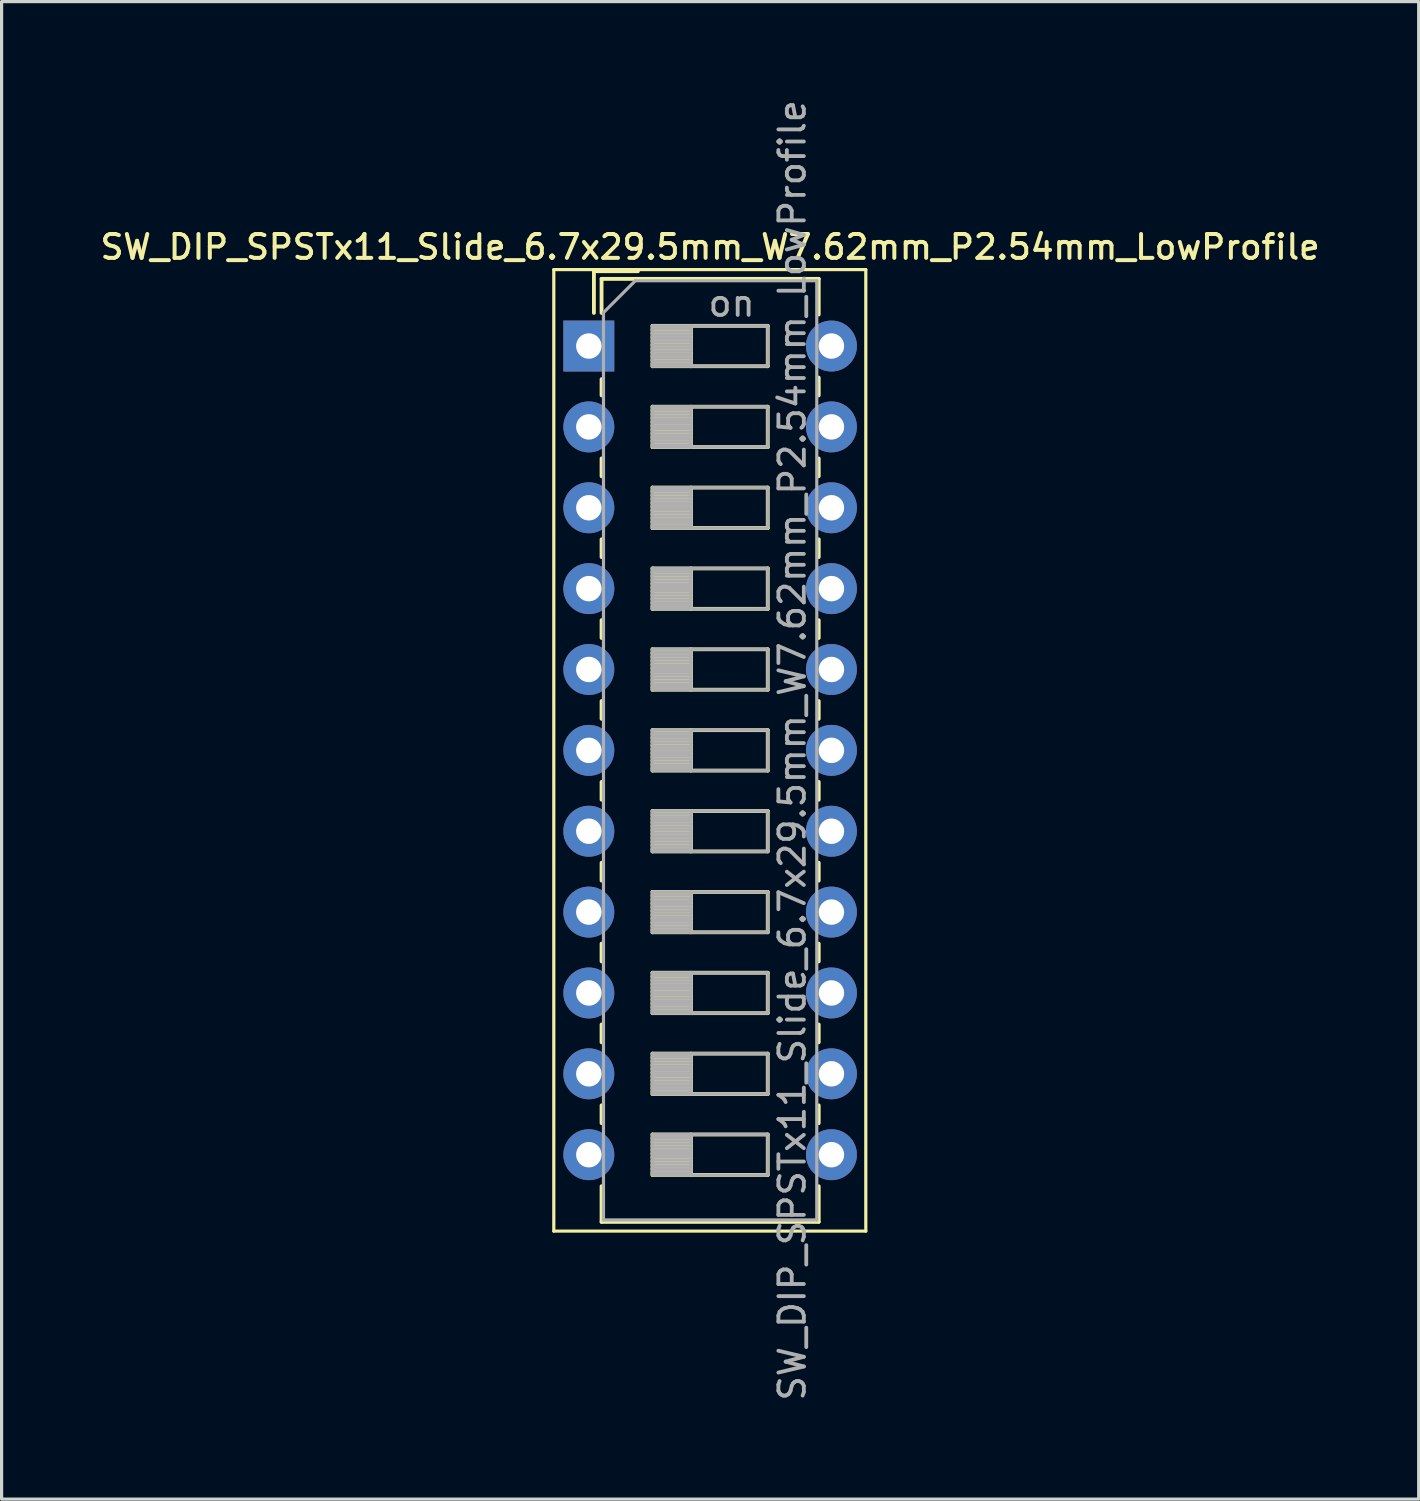
<source format=kicad_pcb>
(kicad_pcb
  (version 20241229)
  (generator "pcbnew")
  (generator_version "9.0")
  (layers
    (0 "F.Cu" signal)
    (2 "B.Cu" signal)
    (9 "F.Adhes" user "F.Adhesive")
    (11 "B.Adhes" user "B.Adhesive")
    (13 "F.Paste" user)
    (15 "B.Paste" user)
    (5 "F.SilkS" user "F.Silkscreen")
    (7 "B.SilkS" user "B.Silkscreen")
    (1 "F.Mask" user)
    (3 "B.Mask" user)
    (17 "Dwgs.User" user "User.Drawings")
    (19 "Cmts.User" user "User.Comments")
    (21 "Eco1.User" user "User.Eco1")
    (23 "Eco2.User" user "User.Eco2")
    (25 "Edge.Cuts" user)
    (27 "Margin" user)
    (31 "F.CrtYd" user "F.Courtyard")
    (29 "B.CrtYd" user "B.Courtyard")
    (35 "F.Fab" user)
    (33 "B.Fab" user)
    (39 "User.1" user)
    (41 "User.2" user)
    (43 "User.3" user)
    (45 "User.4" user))
  (footprint "SW_DIP_SPSTx11_Slide_6.7x29.5mm_W7.62mm_P2.54mm_LowProfile"
    (layer "F.Cu")
    (at 15.445 7.819)
    (property "Reference" "SW_DIP_SPSTx11_Slide_6.7x29.5mm_W7.62mm_P2.54mm_LowProfile" (at 3.81 -3.11 0) (layer "F.SilkS") (effects (font (size 0.75 0.75) (thickness 0.125))))
    (attr through_hole)
    (fp_line (start -1.1 -2.4) (end -1.1 27.8) (stroke (width 0.1) (type solid)) (layer "F.SilkS"))
    (fp_line (start -1.1 27.8) (end 8.7 27.8) (stroke (width 0.1) (type solid)) (layer "F.SilkS"))
    (fp_line (start 0.16 -2.35) (end 0.16 -1.04) (stroke (width 0.12) (type solid)) (layer "F.SilkS"))
    (fp_line (start 0.16 -2.35) (end 1.543 -2.35) (stroke (width 0.12) (type solid)) (layer "F.SilkS"))
    (fp_line (start 0.4 -2.11) (end 0.4 -1.04) (stroke (width 0.12) (type solid)) (layer "F.SilkS"))
    (fp_line (start 0.4 -2.11) (end 7.221 -2.11) (stroke (width 0.12) (type solid)) (layer "F.SilkS"))
    (fp_line (start 0.4 1.04) (end 0.4 1.551) (stroke (width 0.12) (type solid)) (layer "F.SilkS"))
    (fp_line (start 0.4 3.53) (end 0.4 4.091) (stroke (width 0.12) (type solid)) (layer "F.SilkS"))
    (fp_line (start 0.4 6.07) (end 0.4 6.631) (stroke (width 0.12) (type solid)) (layer "F.SilkS"))
    (fp_line (start 0.4 8.61) (end 0.4 9.17) (stroke (width 0.12) (type solid)) (layer "F.SilkS"))
    (fp_line (start 0.4 11.15) (end 0.4 11.71) (stroke (width 0.12) (type solid)) (layer "F.SilkS"))
    (fp_line (start 0.4 13.69) (end 0.4 14.25) (stroke (width 0.12) (type solid)) (layer "F.SilkS"))
    (fp_line (start 0.4 16.23) (end 0.4 16.79) (stroke (width 0.12) (type solid)) (layer "F.SilkS"))
    (fp_line (start 0.4 18.77) (end 0.4 19.33) (stroke (width 0.12) (type solid)) (layer "F.SilkS"))
    (fp_line (start 0.4 21.31) (end 0.4 21.87) (stroke (width 0.12) (type solid)) (layer "F.SilkS"))
    (fp_line (start 0.4 23.85) (end 0.4 24.41) (stroke (width 0.12) (type solid)) (layer "F.SilkS"))
    (fp_line (start 0.4 26.39) (end 0.4 27.51) (stroke (width 0.12) (type solid)) (layer "F.SilkS"))
    (fp_line (start 0.4 27.51) (end 7.221 27.51) (stroke (width 0.12) (type solid)) (layer "F.SilkS"))
    (fp_line (start 2 -0.635) (end 2 0.635) (stroke (width 0.12) (type solid)) (layer "F.SilkS"))
    (fp_line (start 2 -0.515) (end 3.207 -0.515) (stroke (width 0.12) (type solid)) (layer "F.SilkS"))
    (fp_line (start 2 -0.395) (end 3.207 -0.395) (stroke (width 0.12) (type solid)) (layer "F.SilkS"))
    (fp_line (start 2 -0.275) (end 3.207 -0.275) (stroke (width 0.12) (type solid)) (layer "F.SilkS"))
    (fp_line (start 2 -0.155) (end 3.207 -0.155) (stroke (width 0.12) (type solid)) (layer "F.SilkS"))
    (fp_line (start 2 -0.035) (end 3.207 -0.035) (stroke (width 0.12) (type solid)) (layer "F.SilkS"))
    (fp_line (start 2 0.085) (end 3.207 0.085) (stroke (width 0.12) (type solid)) (layer "F.SilkS"))
    (fp_line (start 2 0.205) (end 3.207 0.205) (stroke (width 0.12) (type solid)) (layer "F.SilkS"))
    (fp_line (start 2 0.325) (end 3.207 0.325) (stroke (width 0.12) (type solid)) (layer "F.SilkS"))
    (fp_line (start 2 0.445) (end 3.207 0.445) (stroke (width 0.12) (type solid)) (layer "F.SilkS"))
    (fp_line (start 2 0.565) (end 3.207 0.565) (stroke (width 0.12) (type solid)) (layer "F.SilkS"))
    (fp_line (start 2 0.635) (end 5.62 0.635) (stroke (width 0.12) (type solid)) (layer "F.SilkS"))
    (fp_line (start 2 1.905) (end 2 3.175) (stroke (width 0.12) (type solid)) (layer "F.SilkS"))
    (fp_line (start 2 2.025) (end 3.207 2.025) (stroke (width 0.12) (type solid)) (layer "F.SilkS"))
    (fp_line (start 2 2.145) (end 3.207 2.145) (stroke (width 0.12) (type solid)) (layer "F.SilkS"))
    (fp_line (start 2 2.265) (end 3.207 2.265) (stroke (width 0.12) (type solid)) (layer "F.SilkS"))
    (fp_line (start 2 2.385) (end 3.207 2.385) (stroke (width 0.12) (type solid)) (layer "F.SilkS"))
    (fp_line (start 2 2.505) (end 3.207 2.505) (stroke (width 0.12) (type solid)) (layer "F.SilkS"))
    (fp_line (start 2 2.625) (end 3.207 2.625) (stroke (width 0.12) (type solid)) (layer "F.SilkS"))
    (fp_line (start 2 2.745) (end 3.207 2.745) (stroke (width 0.12) (type solid)) (layer "F.SilkS"))
    (fp_line (start 2 2.865) (end 3.207 2.865) (stroke (width 0.12) (type solid)) (layer "F.SilkS"))
    (fp_line (start 2 2.985) (end 3.207 2.985) (stroke (width 0.12) (type solid)) (layer "F.SilkS"))
    (fp_line (start 2 3.105) (end 3.207 3.105) (stroke (width 0.12) (type solid)) (layer "F.SilkS"))
    (fp_line (start 2 3.175) (end 5.62 3.175) (stroke (width 0.12) (type solid)) (layer "F.SilkS"))
    (fp_line (start 2 4.445) (end 2 5.715) (stroke (width 0.12) (type solid)) (layer "F.SilkS"))
    (fp_line (start 2 4.565) (end 3.207 4.565) (stroke (width 0.12) (type solid)) (layer "F.SilkS"))
    (fp_line (start 2 4.685) (end 3.207 4.685) (stroke (width 0.12) (type solid)) (layer "F.SilkS"))
    (fp_line (start 2 4.805) (end 3.207 4.805) (stroke (width 0.12) (type solid)) (layer "F.SilkS"))
    (fp_line (start 2 4.925) (end 3.207 4.925) (stroke (width 0.12) (type solid)) (layer "F.SilkS"))
    (fp_line (start 2 5.045) (end 3.207 5.045) (stroke (width 0.12) (type solid)) (layer "F.SilkS"))
    (fp_line (start 2 5.165) (end 3.207 5.165) (stroke (width 0.12) (type solid)) (layer "F.SilkS"))
    (fp_line (start 2 5.285) (end 3.207 5.285) (stroke (width 0.12) (type solid)) (layer "F.SilkS"))
    (fp_line (start 2 5.405) (end 3.207 5.405) (stroke (width 0.12) (type solid)) (layer "F.SilkS"))
    (fp_line (start 2 5.525) (end 3.207 5.525) (stroke (width 0.12) (type solid)) (layer "F.SilkS"))
    (fp_line (start 2 5.645) (end 3.207 5.645) (stroke (width 0.12) (type solid)) (layer "F.SilkS"))
    (fp_line (start 2 5.715) (end 5.62 5.715) (stroke (width 0.12) (type solid)) (layer "F.SilkS"))
    (fp_line (start 2 6.985) (end 2 8.255) (stroke (width 0.12) (type solid)) (layer "F.SilkS"))
    (fp_line (start 2 7.105) (end 3.207 7.105) (stroke (width 0.12) (type solid)) (layer "F.SilkS"))
    (fp_line (start 2 7.225) (end 3.207 7.225) (stroke (width 0.12) (type solid)) (layer "F.SilkS"))
    (fp_line (start 2 7.345) (end 3.207 7.345) (stroke (width 0.12) (type solid)) (layer "F.SilkS"))
    (fp_line (start 2 7.465) (end 3.207 7.465) (stroke (width 0.12) (type solid)) (layer "F.SilkS"))
    (fp_line (start 2 7.585) (end 3.207 7.585) (stroke (width 0.12) (type solid)) (layer "F.SilkS"))
    (fp_line (start 2 7.705) (end 3.207 7.705) (stroke (width 0.12) (type solid)) (layer "F.SilkS"))
    (fp_line (start 2 7.825) (end 3.207 7.825) (stroke (width 0.12) (type solid)) (layer "F.SilkS"))
    (fp_line (start 2 7.945) (end 3.207 7.945) (stroke (width 0.12) (type solid)) (layer "F.SilkS"))
    (fp_line (start 2 8.065) (end 3.207 8.065) (stroke (width 0.12) (type solid)) (layer "F.SilkS"))
    (fp_line (start 2 8.185) (end 3.207 8.185) (stroke (width 0.12) (type solid)) (layer "F.SilkS"))
    (fp_line (start 2 8.255) (end 5.62 8.255) (stroke (width 0.12) (type solid)) (layer "F.SilkS"))
    (fp_line (start 2 9.525) (end 2 10.795) (stroke (width 0.12) (type solid)) (layer "F.SilkS"))
    (fp_line (start 2 9.645) (end 3.207 9.645) (stroke (width 0.12) (type solid)) (layer "F.SilkS"))
    (fp_line (start 2 9.765) (end 3.207 9.765) (stroke (width 0.12) (type solid)) (layer "F.SilkS"))
    (fp_line (start 2 9.885) (end 3.207 9.885) (stroke (width 0.12) (type solid)) (layer "F.SilkS"))
    (fp_line (start 2 10.005) (end 3.207 10.005) (stroke (width 0.12) (type solid)) (layer "F.SilkS"))
    (fp_line (start 2 10.125) (end 3.207 10.125) (stroke (width 0.12) (type solid)) (layer "F.SilkS"))
    (fp_line (start 2 10.245) (end 3.207 10.245) (stroke (width 0.12) (type solid)) (layer "F.SilkS"))
    (fp_line (start 2 10.365) (end 3.207 10.365) (stroke (width 0.12) (type solid)) (layer "F.SilkS"))
    (fp_line (start 2 10.485) (end 3.207 10.485) (stroke (width 0.12) (type solid)) (layer "F.SilkS"))
    (fp_line (start 2 10.605) (end 3.207 10.605) (stroke (width 0.12) (type solid)) (layer "F.SilkS"))
    (fp_line (start 2 10.725) (end 3.207 10.725) (stroke (width 0.12) (type solid)) (layer "F.SilkS"))
    (fp_line (start 2 10.795) (end 5.62 10.795) (stroke (width 0.12) (type solid)) (layer "F.SilkS"))
    (fp_line (start 2 12.065) (end 2 13.335) (stroke (width 0.12) (type solid)) (layer "F.SilkS"))
    (fp_line (start 2 12.185) (end 3.207 12.185) (stroke (width 0.12) (type solid)) (layer "F.SilkS"))
    (fp_line (start 2 12.305) (end 3.207 12.305) (stroke (width 0.12) (type solid)) (layer "F.SilkS"))
    (fp_line (start 2 12.425) (end 3.207 12.425) (stroke (width 0.12) (type solid)) (layer "F.SilkS"))
    (fp_line (start 2 12.545) (end 3.207 12.545) (stroke (width 0.12) (type solid)) (layer "F.SilkS"))
    (fp_line (start 2 12.665) (end 3.207 12.665) (stroke (width 0.12) (type solid)) (layer "F.SilkS"))
    (fp_line (start 2 12.785) (end 3.207 12.785) (stroke (width 0.12) (type solid)) (layer "F.SilkS"))
    (fp_line (start 2 12.905) (end 3.207 12.905) (stroke (width 0.12) (type solid)) (layer "F.SilkS"))
    (fp_line (start 2 13.025) (end 3.207 13.025) (stroke (width 0.12) (type solid)) (layer "F.SilkS"))
    (fp_line (start 2 13.145) (end 3.207 13.145) (stroke (width 0.12) (type solid)) (layer "F.SilkS"))
    (fp_line (start 2 13.265) (end 3.207 13.265) (stroke (width 0.12) (type solid)) (layer "F.SilkS"))
    (fp_line (start 2 13.335) (end 5.62 13.335) (stroke (width 0.12) (type solid)) (layer "F.SilkS"))
    (fp_line (start 2 14.605) (end 2 15.875) (stroke (width 0.12) (type solid)) (layer "F.SilkS"))
    (fp_line (start 2 14.725) (end 3.207 14.725) (stroke (width 0.12) (type solid)) (layer "F.SilkS"))
    (fp_line (start 2 14.845) (end 3.207 14.845) (stroke (width 0.12) (type solid)) (layer "F.SilkS"))
    (fp_line (start 2 14.965) (end 3.207 14.965) (stroke (width 0.12) (type solid)) (layer "F.SilkS"))
    (fp_line (start 2 15.085) (end 3.207 15.085) (stroke (width 0.12) (type solid)) (layer "F.SilkS"))
    (fp_line (start 2 15.205) (end 3.207 15.205) (stroke (width 0.12) (type solid)) (layer "F.SilkS"))
    (fp_line (start 2 15.325) (end 3.207 15.325) (stroke (width 0.12) (type solid)) (layer "F.SilkS"))
    (fp_line (start 2 15.445) (end 3.207 15.445) (stroke (width 0.12) (type solid)) (layer "F.SilkS"))
    (fp_line (start 2 15.565) (end 3.207 15.565) (stroke (width 0.12) (type solid)) (layer "F.SilkS"))
    (fp_line (start 2 15.685) (end 3.207 15.685) (stroke (width 0.12) (type solid)) (layer "F.SilkS"))
    (fp_line (start 2 15.805) (end 3.207 15.805) (stroke (width 0.12) (type solid)) (layer "F.SilkS"))
    (fp_line (start 2 15.875) (end 5.62 15.875) (stroke (width 0.12) (type solid)) (layer "F.SilkS"))
    (fp_line (start 2 17.145) (end 2 18.415) (stroke (width 0.12) (type solid)) (layer "F.SilkS"))
    (fp_line (start 2 17.265) (end 3.207 17.265) (stroke (width 0.12) (type solid)) (layer "F.SilkS"))
    (fp_line (start 2 17.385) (end 3.207 17.385) (stroke (width 0.12) (type solid)) (layer "F.SilkS"))
    (fp_line (start 2 17.505) (end 3.207 17.505) (stroke (width 0.12) (type solid)) (layer "F.SilkS"))
    (fp_line (start 2 17.625) (end 3.207 17.625) (stroke (width 0.12) (type solid)) (layer "F.SilkS"))
    (fp_line (start 2 17.745) (end 3.207 17.745) (stroke (width 0.12) (type solid)) (layer "F.SilkS"))
    (fp_line (start 2 17.865) (end 3.207 17.865) (stroke (width 0.12) (type solid)) (layer "F.SilkS"))
    (fp_line (start 2 17.985) (end 3.207 17.985) (stroke (width 0.12) (type solid)) (layer "F.SilkS"))
    (fp_line (start 2 18.105) (end 3.207 18.105) (stroke (width 0.12) (type solid)) (layer "F.SilkS"))
    (fp_line (start 2 18.225) (end 3.207 18.225) (stroke (width 0.12) (type solid)) (layer "F.SilkS"))
    (fp_line (start 2 18.345) (end 3.207 18.345) (stroke (width 0.12) (type solid)) (layer "F.SilkS"))
    (fp_line (start 2 18.415) (end 5.62 18.415) (stroke (width 0.12) (type solid)) (layer "F.SilkS"))
    (fp_line (start 2 19.685) (end 2 20.955) (stroke (width 0.12) (type solid)) (layer "F.SilkS"))
    (fp_line (start 2 19.805) (end 3.207 19.805) (stroke (width 0.12) (type solid)) (layer "F.SilkS"))
    (fp_line (start 2 19.925) (end 3.207 19.925) (stroke (width 0.12) (type solid)) (layer "F.SilkS"))
    (fp_line (start 2 20.045) (end 3.207 20.045) (stroke (width 0.12) (type solid)) (layer "F.SilkS"))
    (fp_line (start 2 20.165) (end 3.207 20.165) (stroke (width 0.12) (type solid)) (layer "F.SilkS"))
    (fp_line (start 2 20.285) (end 3.207 20.285) (stroke (width 0.12) (type solid)) (layer "F.SilkS"))
    (fp_line (start 2 20.405) (end 3.207 20.405) (stroke (width 0.12) (type solid)) (layer "F.SilkS"))
    (fp_line (start 2 20.525) (end 3.207 20.525) (stroke (width 0.12) (type solid)) (layer "F.SilkS"))
    (fp_line (start 2 20.645) (end 3.207 20.645) (stroke (width 0.12) (type solid)) (layer "F.SilkS"))
    (fp_line (start 2 20.765) (end 3.207 20.765) (stroke (width 0.12) (type solid)) (layer "F.SilkS"))
    (fp_line (start 2 20.885) (end 3.207 20.885) (stroke (width 0.12) (type solid)) (layer "F.SilkS"))
    (fp_line (start 2 20.955) (end 5.62 20.955) (stroke (width 0.12) (type solid)) (layer "F.SilkS"))
    (fp_line (start 2 22.225) (end 2 23.495) (stroke (width 0.12) (type solid)) (layer "F.SilkS"))
    (fp_line (start 2 22.345) (end 3.207 22.345) (stroke (width 0.12) (type solid)) (layer "F.SilkS"))
    (fp_line (start 2 22.465) (end 3.207 22.465) (stroke (width 0.12) (type solid)) (layer "F.SilkS"))
    (fp_line (start 2 22.585) (end 3.207 22.585) (stroke (width 0.12) (type solid)) (layer "F.SilkS"))
    (fp_line (start 2 22.705) (end 3.207 22.705) (stroke (width 0.12) (type solid)) (layer "F.SilkS"))
    (fp_line (start 2 22.825) (end 3.207 22.825) (stroke (width 0.12) (type solid)) (layer "F.SilkS"))
    (fp_line (start 2 22.945) (end 3.207 22.945) (stroke (width 0.12) (type solid)) (layer "F.SilkS"))
    (fp_line (start 2 23.065) (end 3.207 23.065) (stroke (width 0.12) (type solid)) (layer "F.SilkS"))
    (fp_line (start 2 23.185) (end 3.207 23.185) (stroke (width 0.12) (type solid)) (layer "F.SilkS"))
    (fp_line (start 2 23.305) (end 3.207 23.305) (stroke (width 0.12) (type solid)) (layer "F.SilkS"))
    (fp_line (start 2 23.425) (end 3.207 23.425) (stroke (width 0.12) (type solid)) (layer "F.SilkS"))
    (fp_line (start 2 23.495) (end 5.62 23.495) (stroke (width 0.12) (type solid)) (layer "F.SilkS"))
    (fp_line (start 2 24.765) (end 2 26.035) (stroke (width 0.12) (type solid)) (layer "F.SilkS"))
    (fp_line (start 2 24.885) (end 3.207 24.885) (stroke (width 0.12) (type solid)) (layer "F.SilkS"))
    (fp_line (start 2 25.005) (end 3.207 25.005) (stroke (width 0.12) (type solid)) (layer "F.SilkS"))
    (fp_line (start 2 25.125) (end 3.207 25.125) (stroke (width 0.12) (type solid)) (layer "F.SilkS"))
    (fp_line (start 2 25.245) (end 3.207 25.245) (stroke (width 0.12) (type solid)) (layer "F.SilkS"))
    (fp_line (start 2 25.365) (end 3.207 25.365) (stroke (width 0.12) (type solid)) (layer "F.SilkS"))
    (fp_line (start 2 25.485) (end 3.207 25.485) (stroke (width 0.12) (type solid)) (layer "F.SilkS"))
    (fp_line (start 2 25.605) (end 3.207 25.605) (stroke (width 0.12) (type solid)) (layer "F.SilkS"))
    (fp_line (start 2 25.725) (end 3.207 25.725) (stroke (width 0.12) (type solid)) (layer "F.SilkS"))
    (fp_line (start 2 25.845) (end 3.207 25.845) (stroke (width 0.12) (type solid)) (layer "F.SilkS"))
    (fp_line (start 2 25.965) (end 3.207 25.965) (stroke (width 0.12) (type solid)) (layer "F.SilkS"))
    (fp_line (start 2 26.035) (end 5.62 26.035) (stroke (width 0.12) (type solid)) (layer "F.SilkS"))
    (fp_line (start 3.207 -0.635) (end 3.207 0.635) (stroke (width 0.12) (type solid)) (layer "F.SilkS"))
    (fp_line (start 3.207 1.905) (end 3.207 3.175) (stroke (width 0.12) (type solid)) (layer "F.SilkS"))
    (fp_line (start 3.207 4.445) (end 3.207 5.715) (stroke (width 0.12) (type solid)) (layer "F.SilkS"))
    (fp_line (start 3.207 6.985) (end 3.207 8.255) (stroke (width 0.12) (type solid)) (layer "F.SilkS"))
    (fp_line (start 3.207 9.525) (end 3.207 10.795) (stroke (width 0.12) (type solid)) (layer "F.SilkS"))
    (fp_line (start 3.207 12.065) (end 3.207 13.335) (stroke (width 0.12) (type solid)) (layer "F.SilkS"))
    (fp_line (start 3.207 14.605) (end 3.207 15.875) (stroke (width 0.12) (type solid)) (layer "F.SilkS"))
    (fp_line (start 3.207 17.145) (end 3.207 18.415) (stroke (width 0.12) (type solid)) (layer "F.SilkS"))
    (fp_line (start 3.207 19.685) (end 3.207 20.955) (stroke (width 0.12) (type solid)) (layer "F.SilkS"))
    (fp_line (start 3.207 22.225) (end 3.207 23.495) (stroke (width 0.12) (type solid)) (layer "F.SilkS"))
    (fp_line (start 3.207 24.765) (end 3.207 26.035) (stroke (width 0.12) (type solid)) (layer "F.SilkS"))
    (fp_line (start 5.62 -0.635) (end 2 -0.635) (stroke (width 0.12) (type solid)) (layer "F.SilkS"))
    (fp_line (start 5.62 0.635) (end 5.62 -0.635) (stroke (width 0.12) (type solid)) (layer "F.SilkS"))
    (fp_line (start 5.62 1.905) (end 2 1.905) (stroke (width 0.12) (type solid)) (layer "F.SilkS"))
    (fp_line (start 5.62 3.175) (end 5.62 1.905) (stroke (width 0.12) (type solid)) (layer "F.SilkS"))
    (fp_line (start 5.62 4.445) (end 2 4.445) (stroke (width 0.12) (type solid)) (layer "F.SilkS"))
    (fp_line (start 5.62 5.715) (end 5.62 4.445) (stroke (width 0.12) (type solid)) (layer "F.SilkS"))
    (fp_line (start 5.62 6.985) (end 2 6.985) (stroke (width 0.12) (type solid)) (layer "F.SilkS"))
    (fp_line (start 5.62 8.255) (end 5.62 6.985) (stroke (width 0.12) (type solid)) (layer "F.SilkS"))
    (fp_line (start 5.62 9.525) (end 2 9.525) (stroke (width 0.12) (type solid)) (layer "F.SilkS"))
    (fp_line (start 5.62 10.795) (end 5.62 9.525) (stroke (width 0.12) (type solid)) (layer "F.SilkS"))
    (fp_line (start 5.62 12.065) (end 2 12.065) (stroke (width 0.12) (type solid)) (layer "F.SilkS"))
    (fp_line (start 5.62 13.335) (end 5.62 12.065) (stroke (width 0.12) (type solid)) (layer "F.SilkS"))
    (fp_line (start 5.62 14.605) (end 2 14.605) (stroke (width 0.12) (type solid)) (layer "F.SilkS"))
    (fp_line (start 5.62 15.875) (end 5.62 14.605) (stroke (width 0.12) (type solid)) (layer "F.SilkS"))
    (fp_line (start 5.62 17.145) (end 2 17.145) (stroke (width 0.12) (type solid)) (layer "F.SilkS"))
    (fp_line (start 5.62 18.415) (end 5.62 17.145) (stroke (width 0.12) (type solid)) (layer "F.SilkS"))
    (fp_line (start 5.62 19.685) (end 2 19.685) (stroke (width 0.12) (type solid)) (layer "F.SilkS"))
    (fp_line (start 5.62 20.955) (end 5.62 19.685) (stroke (width 0.12) (type solid)) (layer "F.SilkS"))
    (fp_line (start 5.62 22.225) (end 2 22.225) (stroke (width 0.12) (type solid)) (layer "F.SilkS"))
    (fp_line (start 5.62 23.495) (end 5.62 22.225) (stroke (width 0.12) (type solid)) (layer "F.SilkS"))
    (fp_line (start 5.62 24.765) (end 2 24.765) (stroke (width 0.12) (type solid)) (layer "F.SilkS"))
    (fp_line (start 5.62 26.035) (end 5.62 24.765) (stroke (width 0.12) (type solid)) (layer "F.SilkS"))
    (fp_line (start 7.221 -2.11) (end 7.221 -0.99) (stroke (width 0.12) (type solid)) (layer "F.SilkS"))
    (fp_line (start 7.221 0.991) (end 7.221 1.551) (stroke (width 0.12) (type solid)) (layer "F.SilkS"))
    (fp_line (start 7.221 3.531) (end 7.221 4.091) (stroke (width 0.12) (type solid)) (layer "F.SilkS"))
    (fp_line (start 7.221 6.071) (end 7.221 6.631) (stroke (width 0.12) (type solid)) (layer "F.SilkS"))
    (fp_line (start 7.221 8.611) (end 7.221 9.171) (stroke (width 0.12) (type solid)) (layer "F.SilkS"))
    (fp_line (start 7.221 11.151) (end 7.221 11.711) (stroke (width 0.12) (type solid)) (layer "F.SilkS"))
    (fp_line (start 7.221 13.691) (end 7.221 14.251) (stroke (width 0.12) (type solid)) (layer "F.SilkS"))
    (fp_line (start 7.221 16.231) (end 7.221 16.79) (stroke (width 0.12) (type solid)) (layer "F.SilkS"))
    (fp_line (start 7.221 18.771) (end 7.221 19.33) (stroke (width 0.12) (type solid)) (layer "F.SilkS"))
    (fp_line (start 7.221 21.311) (end 7.221 21.87) (stroke (width 0.12) (type solid)) (layer "F.SilkS"))
    (fp_line (start 7.221 23.85) (end 7.221 24.41) (stroke (width 0.12) (type solid)) (layer "F.SilkS"))
    (fp_line (start 7.221 26.39) (end 7.221 27.51) (stroke (width 0.12) (type solid)) (layer "F.SilkS"))
    (fp_line (start 8.7 -2.4) (end -1.1 -2.4) (stroke (width 0.1) (type solid)) (layer "F.SilkS"))
    (fp_line (start 8.7 27.8) (end 8.7 -2.4) (stroke (width 0.1) (type solid)) (layer "F.SilkS"))
    (fp_line (start 0.46 -1.05) (end 1.46 -2.05) (stroke (width 0.1) (type solid)) (layer "F.Fab"))
    (fp_line (start 0.46 27.45) (end 0.46 -1.05) (stroke (width 0.1) (type solid)) (layer "F.Fab"))
    (fp_line (start 1.46 -2.05) (end 7.16 -2.05) (stroke (width 0.1) (type solid)) (layer "F.Fab"))
    (fp_line (start 2 -0.635) (end 2 0.635) (stroke (width 0.1) (type solid)) (layer "F.Fab"))
    (fp_line (start 2 -0.535) (end 3.207 -0.535) (stroke (width 0.1) (type solid)) (layer "F.Fab"))
    (fp_line (start 2 -0.435) (end 3.207 -0.435) (stroke (width 0.1) (type solid)) (layer "F.Fab"))
    (fp_line (start 2 -0.335) (end 3.207 -0.335) (stroke (width 0.1) (type solid)) (layer "F.Fab"))
    (fp_line (start 2 -0.235) (end 3.207 -0.235) (stroke (width 0.1) (type solid)) (layer "F.Fab"))
    (fp_line (start 2 -0.135) (end 3.207 -0.135) (stroke (width 0.1) (type solid)) (layer "F.Fab"))
    (fp_line (start 2 -0.035) (end 3.207 -0.035) (stroke (width 0.1) (type solid)) (layer "F.Fab"))
    (fp_line (start 2 0.065) (end 3.207 0.065) (stroke (width 0.1) (type solid)) (layer "F.Fab"))
    (fp_line (start 2 0.165) (end 3.207 0.165) (stroke (width 0.1) (type solid)) (layer "F.Fab"))
    (fp_line (start 2 0.265) (end 3.207 0.265) (stroke (width 0.1) (type solid)) (layer "F.Fab"))
    (fp_line (start 2 0.365) (end 3.207 0.365) (stroke (width 0.1) (type solid)) (layer "F.Fab"))
    (fp_line (start 2 0.465) (end 3.207 0.465) (stroke (width 0.1) (type solid)) (layer "F.Fab"))
    (fp_line (start 2 0.565) (end 3.207 0.565) (stroke (width 0.1) (type solid)) (layer "F.Fab"))
    (fp_line (start 2 0.635) (end 5.62 0.635) (stroke (width 0.1) (type solid)) (layer "F.Fab"))
    (fp_line (start 2 1.905) (end 2 3.175) (stroke (width 0.1) (type solid)) (layer "F.Fab"))
    (fp_line (start 2 2.005) (end 3.207 2.005) (stroke (width 0.1) (type solid)) (layer "F.Fab"))
    (fp_line (start 2 2.105) (end 3.207 2.105) (stroke (width 0.1) (type solid)) (layer "F.Fab"))
    (fp_line (start 2 2.205) (end 3.207 2.205) (stroke (width 0.1) (type solid)) (layer "F.Fab"))
    (fp_line (start 2 2.305) (end 3.207 2.305) (stroke (width 0.1) (type solid)) (layer "F.Fab"))
    (fp_line (start 2 2.405) (end 3.207 2.405) (stroke (width 0.1) (type solid)) (layer "F.Fab"))
    (fp_line (start 2 2.505) (end 3.207 2.505) (stroke (width 0.1) (type solid)) (layer "F.Fab"))
    (fp_line (start 2 2.605) (end 3.207 2.605) (stroke (width 0.1) (type solid)) (layer "F.Fab"))
    (fp_line (start 2 2.705) (end 3.207 2.705) (stroke (width 0.1) (type solid)) (layer "F.Fab"))
    (fp_line (start 2 2.805) (end 3.207 2.805) (stroke (width 0.1) (type solid)) (layer "F.Fab"))
    (fp_line (start 2 2.905) (end 3.207 2.905) (stroke (width 0.1) (type solid)) (layer "F.Fab"))
    (fp_line (start 2 3.005) (end 3.207 3.005) (stroke (width 0.1) (type solid)) (layer "F.Fab"))
    (fp_line (start 2 3.105) (end 3.207 3.105) (stroke (width 0.1) (type solid)) (layer "F.Fab"))
    (fp_line (start 2 3.175) (end 5.62 3.175) (stroke (width 0.1) (type solid)) (layer "F.Fab"))
    (fp_line (start 2 4.445) (end 2 5.715) (stroke (width 0.1) (type solid)) (layer "F.Fab"))
    (fp_line (start 2 4.545) (end 3.207 4.545) (stroke (width 0.1) (type solid)) (layer "F.Fab"))
    (fp_line (start 2 4.645) (end 3.207 4.645) (stroke (width 0.1) (type solid)) (layer "F.Fab"))
    (fp_line (start 2 4.745) (end 3.207 4.745) (stroke (width 0.1) (type solid)) (layer "F.Fab"))
    (fp_line (start 2 4.845) (end 3.207 4.845) (stroke (width 0.1) (type solid)) (layer "F.Fab"))
    (fp_line (start 2 4.945) (end 3.207 4.945) (stroke (width 0.1) (type solid)) (layer "F.Fab"))
    (fp_line (start 2 5.045) (end 3.207 5.045) (stroke (width 0.1) (type solid)) (layer "F.Fab"))
    (fp_line (start 2 5.145) (end 3.207 5.145) (stroke (width 0.1) (type solid)) (layer "F.Fab"))
    (fp_line (start 2 5.245) (end 3.207 5.245) (stroke (width 0.1) (type solid)) (layer "F.Fab"))
    (fp_line (start 2 5.345) (end 3.207 5.345) (stroke (width 0.1) (type solid)) (layer "F.Fab"))
    (fp_line (start 2 5.445) (end 3.207 5.445) (stroke (width 0.1) (type solid)) (layer "F.Fab"))
    (fp_line (start 2 5.545) (end 3.207 5.545) (stroke (width 0.1) (type solid)) (layer "F.Fab"))
    (fp_line (start 2 5.645) (end 3.207 5.645) (stroke (width 0.1) (type solid)) (layer "F.Fab"))
    (fp_line (start 2 5.715) (end 5.62 5.715) (stroke (width 0.1) (type solid)) (layer "F.Fab"))
    (fp_line (start 2 6.985) (end 2 8.255) (stroke (width 0.1) (type solid)) (layer "F.Fab"))
    (fp_line (start 2 7.085) (end 3.207 7.085) (stroke (width 0.1) (type solid)) (layer "F.Fab"))
    (fp_line (start 2 7.185) (end 3.207 7.185) (stroke (width 0.1) (type solid)) (layer "F.Fab"))
    (fp_line (start 2 7.285) (end 3.207 7.285) (stroke (width 0.1) (type solid)) (layer "F.Fab"))
    (fp_line (start 2 7.385) (end 3.207 7.385) (stroke (width 0.1) (type solid)) (layer "F.Fab"))
    (fp_line (start 2 7.485) (end 3.207 7.485) (stroke (width 0.1) (type solid)) (layer "F.Fab"))
    (fp_line (start 2 7.585) (end 3.207 7.585) (stroke (width 0.1) (type solid)) (layer "F.Fab"))
    (fp_line (start 2 7.685) (end 3.207 7.685) (stroke (width 0.1) (type solid)) (layer "F.Fab"))
    (fp_line (start 2 7.785) (end 3.207 7.785) (stroke (width 0.1) (type solid)) (layer "F.Fab"))
    (fp_line (start 2 7.885) (end 3.207 7.885) (stroke (width 0.1) (type solid)) (layer "F.Fab"))
    (fp_line (start 2 7.985) (end 3.207 7.985) (stroke (width 0.1) (type solid)) (layer "F.Fab"))
    (fp_line (start 2 8.085) (end 3.207 8.085) (stroke (width 0.1) (type solid)) (layer "F.Fab"))
    (fp_line (start 2 8.185) (end 3.207 8.185) (stroke (width 0.1) (type solid)) (layer "F.Fab"))
    (fp_line (start 2 8.255) (end 5.62 8.255) (stroke (width 0.1) (type solid)) (layer "F.Fab"))
    (fp_line (start 2 9.525) (end 2 10.795) (stroke (width 0.1) (type solid)) (layer "F.Fab"))
    (fp_line (start 2 9.625) (end 3.207 9.625) (stroke (width 0.1) (type solid)) (layer "F.Fab"))
    (fp_line (start 2 9.725) (end 3.207 9.725) (stroke (width 0.1) (type solid)) (layer "F.Fab"))
    (fp_line (start 2 9.825) (end 3.207 9.825) (stroke (width 0.1) (type solid)) (layer "F.Fab"))
    (fp_line (start 2 9.925) (end 3.207 9.925) (stroke (width 0.1) (type solid)) (layer "F.Fab"))
    (fp_line (start 2 10.025) (end 3.207 10.025) (stroke (width 0.1) (type solid)) (layer "F.Fab"))
    (fp_line (start 2 10.125) (end 3.207 10.125) (stroke (width 0.1) (type solid)) (layer "F.Fab"))
    (fp_line (start 2 10.225) (end 3.207 10.225) (stroke (width 0.1) (type solid)) (layer "F.Fab"))
    (fp_line (start 2 10.325) (end 3.207 10.325) (stroke (width 0.1) (type solid)) (layer "F.Fab"))
    (fp_line (start 2 10.425) (end 3.207 10.425) (stroke (width 0.1) (type solid)) (layer "F.Fab"))
    (fp_line (start 2 10.525) (end 3.207 10.525) (stroke (width 0.1) (type solid)) (layer "F.Fab"))
    (fp_line (start 2 10.625) (end 3.207 10.625) (stroke (width 0.1) (type solid)) (layer "F.Fab"))
    (fp_line (start 2 10.725) (end 3.207 10.725) (stroke (width 0.1) (type solid)) (layer "F.Fab"))
    (fp_line (start 2 10.795) (end 5.62 10.795) (stroke (width 0.1) (type solid)) (layer "F.Fab"))
    (fp_line (start 2 12.065) (end 2 13.335) (stroke (width 0.1) (type solid)) (layer "F.Fab"))
    (fp_line (start 2 12.165) (end 3.207 12.165) (stroke (width 0.1) (type solid)) (layer "F.Fab"))
    (fp_line (start 2 12.265) (end 3.207 12.265) (stroke (width 0.1) (type solid)) (layer "F.Fab"))
    (fp_line (start 2 12.365) (end 3.207 12.365) (stroke (width 0.1) (type solid)) (layer "F.Fab"))
    (fp_line (start 2 12.465) (end 3.207 12.465) (stroke (width 0.1) (type solid)) (layer "F.Fab"))
    (fp_line (start 2 12.565) (end 3.207 12.565) (stroke (width 0.1) (type solid)) (layer "F.Fab"))
    (fp_line (start 2 12.665) (end 3.207 12.665) (stroke (width 0.1) (type solid)) (layer "F.Fab"))
    (fp_line (start 2 12.765) (end 3.207 12.765) (stroke (width 0.1) (type solid)) (layer "F.Fab"))
    (fp_line (start 2 12.865) (end 3.207 12.865) (stroke (width 0.1) (type solid)) (layer "F.Fab"))
    (fp_line (start 2 12.965) (end 3.207 12.965) (stroke (width 0.1) (type solid)) (layer "F.Fab"))
    (fp_line (start 2 13.065) (end 3.207 13.065) (stroke (width 0.1) (type solid)) (layer "F.Fab"))
    (fp_line (start 2 13.165) (end 3.207 13.165) (stroke (width 0.1) (type solid)) (layer "F.Fab"))
    (fp_line (start 2 13.265) (end 3.207 13.265) (stroke (width 0.1) (type solid)) (layer "F.Fab"))
    (fp_line (start 2 13.335) (end 5.62 13.335) (stroke (width 0.1) (type solid)) (layer "F.Fab"))
    (fp_line (start 2 14.605) (end 2 15.875) (stroke (width 0.1) (type solid)) (layer "F.Fab"))
    (fp_line (start 2 14.705) (end 3.207 14.705) (stroke (width 0.1) (type solid)) (layer "F.Fab"))
    (fp_line (start 2 14.805) (end 3.207 14.805) (stroke (width 0.1) (type solid)) (layer "F.Fab"))
    (fp_line (start 2 14.905) (end 3.207 14.905) (stroke (width 0.1) (type solid)) (layer "F.Fab"))
    (fp_line (start 2 15.005) (end 3.207 15.005) (stroke (width 0.1) (type solid)) (layer "F.Fab"))
    (fp_line (start 2 15.105) (end 3.207 15.105) (stroke (width 0.1) (type solid)) (layer "F.Fab"))
    (fp_line (start 2 15.205) (end 3.207 15.205) (stroke (width 0.1) (type solid)) (layer "F.Fab"))
    (fp_line (start 2 15.305) (end 3.207 15.305) (stroke (width 0.1) (type solid)) (layer "F.Fab"))
    (fp_line (start 2 15.405) (end 3.207 15.405) (stroke (width 0.1) (type solid)) (layer "F.Fab"))
    (fp_line (start 2 15.505) (end 3.207 15.505) (stroke (width 0.1) (type solid)) (layer "F.Fab"))
    (fp_line (start 2 15.605) (end 3.207 15.605) (stroke (width 0.1) (type solid)) (layer "F.Fab"))
    (fp_line (start 2 15.705) (end 3.207 15.705) (stroke (width 0.1) (type solid)) (layer "F.Fab"))
    (fp_line (start 2 15.805) (end 3.207 15.805) (stroke (width 0.1) (type solid)) (layer "F.Fab"))
    (fp_line (start 2 15.875) (end 5.62 15.875) (stroke (width 0.1) (type solid)) (layer "F.Fab"))
    (fp_line (start 2 17.145) (end 2 18.415) (stroke (width 0.1) (type solid)) (layer "F.Fab"))
    (fp_line (start 2 17.245) (end 3.207 17.245) (stroke (width 0.1) (type solid)) (layer "F.Fab"))
    (fp_line (start 2 17.345) (end 3.207 17.345) (stroke (width 0.1) (type solid)) (layer "F.Fab"))
    (fp_line (start 2 17.445) (end 3.207 17.445) (stroke (width 0.1) (type solid)) (layer "F.Fab"))
    (fp_line (start 2 17.545) (end 3.207 17.545) (stroke (width 0.1) (type solid)) (layer "F.Fab"))
    (fp_line (start 2 17.645) (end 3.207 17.645) (stroke (width 0.1) (type solid)) (layer "F.Fab"))
    (fp_line (start 2 17.745) (end 3.207 17.745) (stroke (width 0.1) (type solid)) (layer "F.Fab"))
    (fp_line (start 2 17.845) (end 3.207 17.845) (stroke (width 0.1) (type solid)) (layer "F.Fab"))
    (fp_line (start 2 17.945) (end 3.207 17.945) (stroke (width 0.1) (type solid)) (layer "F.Fab"))
    (fp_line (start 2 18.045) (end 3.207 18.045) (stroke (width 0.1) (type solid)) (layer "F.Fab"))
    (fp_line (start 2 18.145) (end 3.207 18.145) (stroke (width 0.1) (type solid)) (layer "F.Fab"))
    (fp_line (start 2 18.245) (end 3.207 18.245) (stroke (width 0.1) (type solid)) (layer "F.Fab"))
    (fp_line (start 2 18.345) (end 3.207 18.345) (stroke (width 0.1) (type solid)) (layer "F.Fab"))
    (fp_line (start 2 18.415) (end 5.62 18.415) (stroke (width 0.1) (type solid)) (layer "F.Fab"))
    (fp_line (start 2 19.685) (end 2 20.955) (stroke (width 0.1) (type solid)) (layer "F.Fab"))
    (fp_line (start 2 19.785) (end 3.207 19.785) (stroke (width 0.1) (type solid)) (layer "F.Fab"))
    (fp_line (start 2 19.885) (end 3.207 19.885) (stroke (width 0.1) (type solid)) (layer "F.Fab"))
    (fp_line (start 2 19.985) (end 3.207 19.985) (stroke (width 0.1) (type solid)) (layer "F.Fab"))
    (fp_line (start 2 20.085) (end 3.207 20.085) (stroke (width 0.1) (type solid)) (layer "F.Fab"))
    (fp_line (start 2 20.185) (end 3.207 20.185) (stroke (width 0.1) (type solid)) (layer "F.Fab"))
    (fp_line (start 2 20.285) (end 3.207 20.285) (stroke (width 0.1) (type solid)) (layer "F.Fab"))
    (fp_line (start 2 20.385) (end 3.207 20.385) (stroke (width 0.1) (type solid)) (layer "F.Fab"))
    (fp_line (start 2 20.485) (end 3.207 20.485) (stroke (width 0.1) (type solid)) (layer "F.Fab"))
    (fp_line (start 2 20.585) (end 3.207 20.585) (stroke (width 0.1) (type solid)) (layer "F.Fab"))
    (fp_line (start 2 20.685) (end 3.207 20.685) (stroke (width 0.1) (type solid)) (layer "F.Fab"))
    (fp_line (start 2 20.785) (end 3.207 20.785) (stroke (width 0.1) (type solid)) (layer "F.Fab"))
    (fp_line (start 2 20.885) (end 3.207 20.885) (stroke (width 0.1) (type solid)) (layer "F.Fab"))
    (fp_line (start 2 20.955) (end 5.62 20.955) (stroke (width 0.1) (type solid)) (layer "F.Fab"))
    (fp_line (start 2 22.225) (end 2 23.495) (stroke (width 0.1) (type solid)) (layer "F.Fab"))
    (fp_line (start 2 22.325) (end 3.207 22.325) (stroke (width 0.1) (type solid)) (layer "F.Fab"))
    (fp_line (start 2 22.425) (end 3.207 22.425) (stroke (width 0.1) (type solid)) (layer "F.Fab"))
    (fp_line (start 2 22.525) (end 3.207 22.525) (stroke (width 0.1) (type solid)) (layer "F.Fab"))
    (fp_line (start 2 22.625) (end 3.207 22.625) (stroke (width 0.1) (type solid)) (layer "F.Fab"))
    (fp_line (start 2 22.725) (end 3.207 22.725) (stroke (width 0.1) (type solid)) (layer "F.Fab"))
    (fp_line (start 2 22.825) (end 3.207 22.825) (stroke (width 0.1) (type solid)) (layer "F.Fab"))
    (fp_line (start 2 22.925) (end 3.207 22.925) (stroke (width 0.1) (type solid)) (layer "F.Fab"))
    (fp_line (start 2 23.025) (end 3.207 23.025) (stroke (width 0.1) (type solid)) (layer "F.Fab"))
    (fp_line (start 2 23.125) (end 3.207 23.125) (stroke (width 0.1) (type solid)) (layer "F.Fab"))
    (fp_line (start 2 23.225) (end 3.207 23.225) (stroke (width 0.1) (type solid)) (layer "F.Fab"))
    (fp_line (start 2 23.325) (end 3.207 23.325) (stroke (width 0.1) (type solid)) (layer "F.Fab"))
    (fp_line (start 2 23.425) (end 3.207 23.425) (stroke (width 0.1) (type solid)) (layer "F.Fab"))
    (fp_line (start 2 23.495) (end 5.62 23.495) (stroke (width 0.1) (type solid)) (layer "F.Fab"))
    (fp_line (start 2 24.765) (end 2 26.035) (stroke (width 0.1) (type solid)) (layer "F.Fab"))
    (fp_line (start 2 24.865) (end 3.207 24.865) (stroke (width 0.1) (type solid)) (layer "F.Fab"))
    (fp_line (start 2 24.965) (end 3.207 24.965) (stroke (width 0.1) (type solid)) (layer "F.Fab"))
    (fp_line (start 2 25.065) (end 3.207 25.065) (stroke (width 0.1) (type solid)) (layer "F.Fab"))
    (fp_line (start 2 25.165) (end 3.207 25.165) (stroke (width 0.1) (type solid)) (layer "F.Fab"))
    (fp_line (start 2 25.265) (end 3.207 25.265) (stroke (width 0.1) (type solid)) (layer "F.Fab"))
    (fp_line (start 2 25.365) (end 3.207 25.365) (stroke (width 0.1) (type solid)) (layer "F.Fab"))
    (fp_line (start 2 25.465) (end 3.207 25.465) (stroke (width 0.1) (type solid)) (layer "F.Fab"))
    (fp_line (start 2 25.565) (end 3.207 25.565) (stroke (width 0.1) (type solid)) (layer "F.Fab"))
    (fp_line (start 2 25.665) (end 3.207 25.665) (stroke (width 0.1) (type solid)) (layer "F.Fab"))
    (fp_line (start 2 25.765) (end 3.207 25.765) (stroke (width 0.1) (type solid)) (layer "F.Fab"))
    (fp_line (start 2 25.865) (end 3.207 25.865) (stroke (width 0.1) (type solid)) (layer "F.Fab"))
    (fp_line (start 2 25.965) (end 3.207 25.965) (stroke (width 0.1) (type solid)) (layer "F.Fab"))
    (fp_line (start 2 26.035) (end 5.62 26.035) (stroke (width 0.1) (type solid)) (layer "F.Fab"))
    (fp_line (start 3.207 -0.635) (end 3.207 0.635) (stroke (width 0.1) (type solid)) (layer "F.Fab"))
    (fp_line (start 3.207 1.905) (end 3.207 3.175) (stroke (width 0.1) (type solid)) (layer "F.Fab"))
    (fp_line (start 3.207 4.445) (end 3.207 5.715) (stroke (width 0.1) (type solid)) (layer "F.Fab"))
    (fp_line (start 3.207 6.985) (end 3.207 8.255) (stroke (width 0.1) (type solid)) (layer "F.Fab"))
    (fp_line (start 3.207 9.525) (end 3.207 10.795) (stroke (width 0.1) (type solid)) (layer "F.Fab"))
    (fp_line (start 3.207 12.065) (end 3.207 13.335) (stroke (width 0.1) (type solid)) (layer "F.Fab"))
    (fp_line (start 3.207 14.605) (end 3.207 15.875) (stroke (width 0.1) (type solid)) (layer "F.Fab"))
    (fp_line (start 3.207 17.145) (end 3.207 18.415) (stroke (width 0.1) (type solid)) (layer "F.Fab"))
    (fp_line (start 3.207 19.685) (end 3.207 20.955) (stroke (width 0.1) (type solid)) (layer "F.Fab"))
    (fp_line (start 3.207 22.225) (end 3.207 23.495) (stroke (width 0.1) (type solid)) (layer "F.Fab"))
    (fp_line (start 3.207 24.765) (end 3.207 26.035) (stroke (width 0.1) (type solid)) (layer "F.Fab"))
    (fp_line (start 5.62 -0.635) (end 2 -0.635) (stroke (width 0.1) (type solid)) (layer "F.Fab"))
    (fp_line (start 5.62 0.635) (end 5.62 -0.635) (stroke (width 0.1) (type solid)) (layer "F.Fab"))
    (fp_line (start 5.62 1.905) (end 2 1.905) (stroke (width 0.1) (type solid)) (layer "F.Fab"))
    (fp_line (start 5.62 3.175) (end 5.62 1.905) (stroke (width 0.1) (type solid)) (layer "F.Fab"))
    (fp_line (start 5.62 4.445) (end 2 4.445) (stroke (width 0.1) (type solid)) (layer "F.Fab"))
    (fp_line (start 5.62 5.715) (end 5.62 4.445) (stroke (width 0.1) (type solid)) (layer "F.Fab"))
    (fp_line (start 5.62 6.985) (end 2 6.985) (stroke (width 0.1) (type solid)) (layer "F.Fab"))
    (fp_line (start 5.62 8.255) (end 5.62 6.985) (stroke (width 0.1) (type solid)) (layer "F.Fab"))
    (fp_line (start 5.62 9.525) (end 2 9.525) (stroke (width 0.1) (type solid)) (layer "F.Fab"))
    (fp_line (start 5.62 10.795) (end 5.62 9.525) (stroke (width 0.1) (type solid)) (layer "F.Fab"))
    (fp_line (start 5.62 12.065) (end 2 12.065) (stroke (width 0.1) (type solid)) (layer "F.Fab"))
    (fp_line (start 5.62 13.335) (end 5.62 12.065) (stroke (width 0.1) (type solid)) (layer "F.Fab"))
    (fp_line (start 5.62 14.605) (end 2 14.605) (stroke (width 0.1) (type solid)) (layer "F.Fab"))
    (fp_line (start 5.62 15.875) (end 5.62 14.605) (stroke (width 0.1) (type solid)) (layer "F.Fab"))
    (fp_line (start 5.62 17.145) (end 2 17.145) (stroke (width 0.1) (type solid)) (layer "F.Fab"))
    (fp_line (start 5.62 18.415) (end 5.62 17.145) (stroke (width 0.1) (type solid)) (layer "F.Fab"))
    (fp_line (start 5.62 19.685) (end 2 19.685) (stroke (width 0.1) (type solid)) (layer "F.Fab"))
    (fp_line (start 5.62 20.955) (end 5.62 19.685) (stroke (width 0.1) (type solid)) (layer "F.Fab"))
    (fp_line (start 5.62 22.225) (end 2 22.225) (stroke (width 0.1) (type solid)) (layer "F.Fab"))
    (fp_line (start 5.62 23.495) (end 5.62 22.225) (stroke (width 0.1) (type solid)) (layer "F.Fab"))
    (fp_line (start 5.62 24.765) (end 2 24.765) (stroke (width 0.1) (type solid)) (layer "F.Fab"))
    (fp_line (start 5.62 26.035) (end 5.62 24.765) (stroke (width 0.1) (type solid)) (layer "F.Fab"))
    (fp_line (start 7.16 -2.05) (end 7.16 27.45) (stroke (width 0.1) (type solid)) (layer "F.Fab"))
    (fp_line (start 7.16 27.45) (end 0.46 27.45) (stroke (width 0.1) (type solid)) (layer "F.Fab"))
    (fp_text user "${REFERENCE}" (at 6.39 12.7 90) (layer "F.Fab") (effects (font (size 0.8 0.8) (thickness 0.12))))
    (fp_text user "on" (at 4.485 -1.343 0) (layer "F.Fab") (effects (font (size 0.8 0.8) (thickness 0.12))))
    (pad "1" thru_hole rect (at 0 0) (size 1.6 1.6) (drill 0.8) (layers "*.Cu" "*.Mask"))
    (pad "2" thru_hole oval (at 0 2.54) (size 1.6 1.6) (drill 0.8) (layers "*.Cu" "*.Mask"))
    (pad "3" thru_hole oval (at 0 5.08) (size 1.6 1.6) (drill 0.8) (layers "*.Cu" "*.Mask"))
    (pad "4" thru_hole oval (at 0 7.62) (size 1.6 1.6) (drill 0.8) (layers "*.Cu" "*.Mask"))
    (pad "5" thru_hole oval (at 0 10.16) (size 1.6 1.6) (drill 0.8) (layers "*.Cu" "*.Mask"))
    (pad "6" thru_hole oval (at 0 12.7) (size 1.6 1.6) (drill 0.8) (layers "*.Cu" "*.Mask"))
    (pad "7" thru_hole oval (at 0 15.24) (size 1.6 1.6) (drill 0.8) (layers "*.Cu" "*.Mask"))
    (pad "8" thru_hole oval (at 0 17.78) (size 1.6 1.6) (drill 0.8) (layers "*.Cu" "*.Mask"))
    (pad "9" thru_hole oval (at 0 20.32) (size 1.6 1.6) (drill 0.8) (layers "*.Cu" "*.Mask"))
    (pad "10" thru_hole oval (at 0 22.86) (size 1.6 1.6) (drill 0.8) (layers "*.Cu" "*.Mask"))
    (pad "11" thru_hole oval (at 0 25.4) (size 1.6 1.6) (drill 0.8) (layers "*.Cu" "*.Mask"))
    (pad "12" thru_hole oval (at 7.62 25.4) (size 1.6 1.6) (drill 0.8) (layers "*.Cu" "*.Mask"))
    (pad "13" thru_hole oval (at 7.62 22.86) (size 1.6 1.6) (drill 0.8) (layers "*.Cu" "*.Mask"))
    (pad "14" thru_hole oval (at 7.62 20.32) (size 1.6 1.6) (drill 0.8) (layers "*.Cu" "*.Mask"))
    (pad "15" thru_hole oval (at 7.62 17.78) (size 1.6 1.6) (drill 0.8) (layers "*.Cu" "*.Mask"))
    (pad "16" thru_hole oval (at 7.62 15.24) (size 1.6 1.6) (drill 0.8) (layers "*.Cu" "*.Mask"))
    (pad "17" thru_hole oval (at 7.62 12.7) (size 1.6 1.6) (drill 0.8) (layers "*.Cu" "*.Mask"))
    (pad "18" thru_hole oval (at 7.62 10.16) (size 1.6 1.6) (drill 0.8) (layers "*.Cu" "*.Mask"))
    (pad "19" thru_hole oval (at 7.62 7.62) (size 1.6 1.6) (drill 0.8) (layers "*.Cu" "*.Mask"))
    (pad "20" thru_hole oval (at 7.62 5.08) (size 1.6 1.6) (drill 0.8) (layers "*.Cu" "*.Mask"))
    (pad "21" thru_hole oval (at 7.62 2.54) (size 1.6 1.6) (drill 0.8) (layers "*.Cu" "*.Mask"))
    (pad "22" thru_hole oval (at 7.62 0) (size 1.6 1.6) (drill 0.8) (layers "*.Cu" "*.Mask")))
  (gr_rect
    (start -3 -3)
    (end 41.511 44.038)
    (stroke (width 0.1) (type default))
    (fill no)
    (layer "Edge.Cuts")))
</source>
